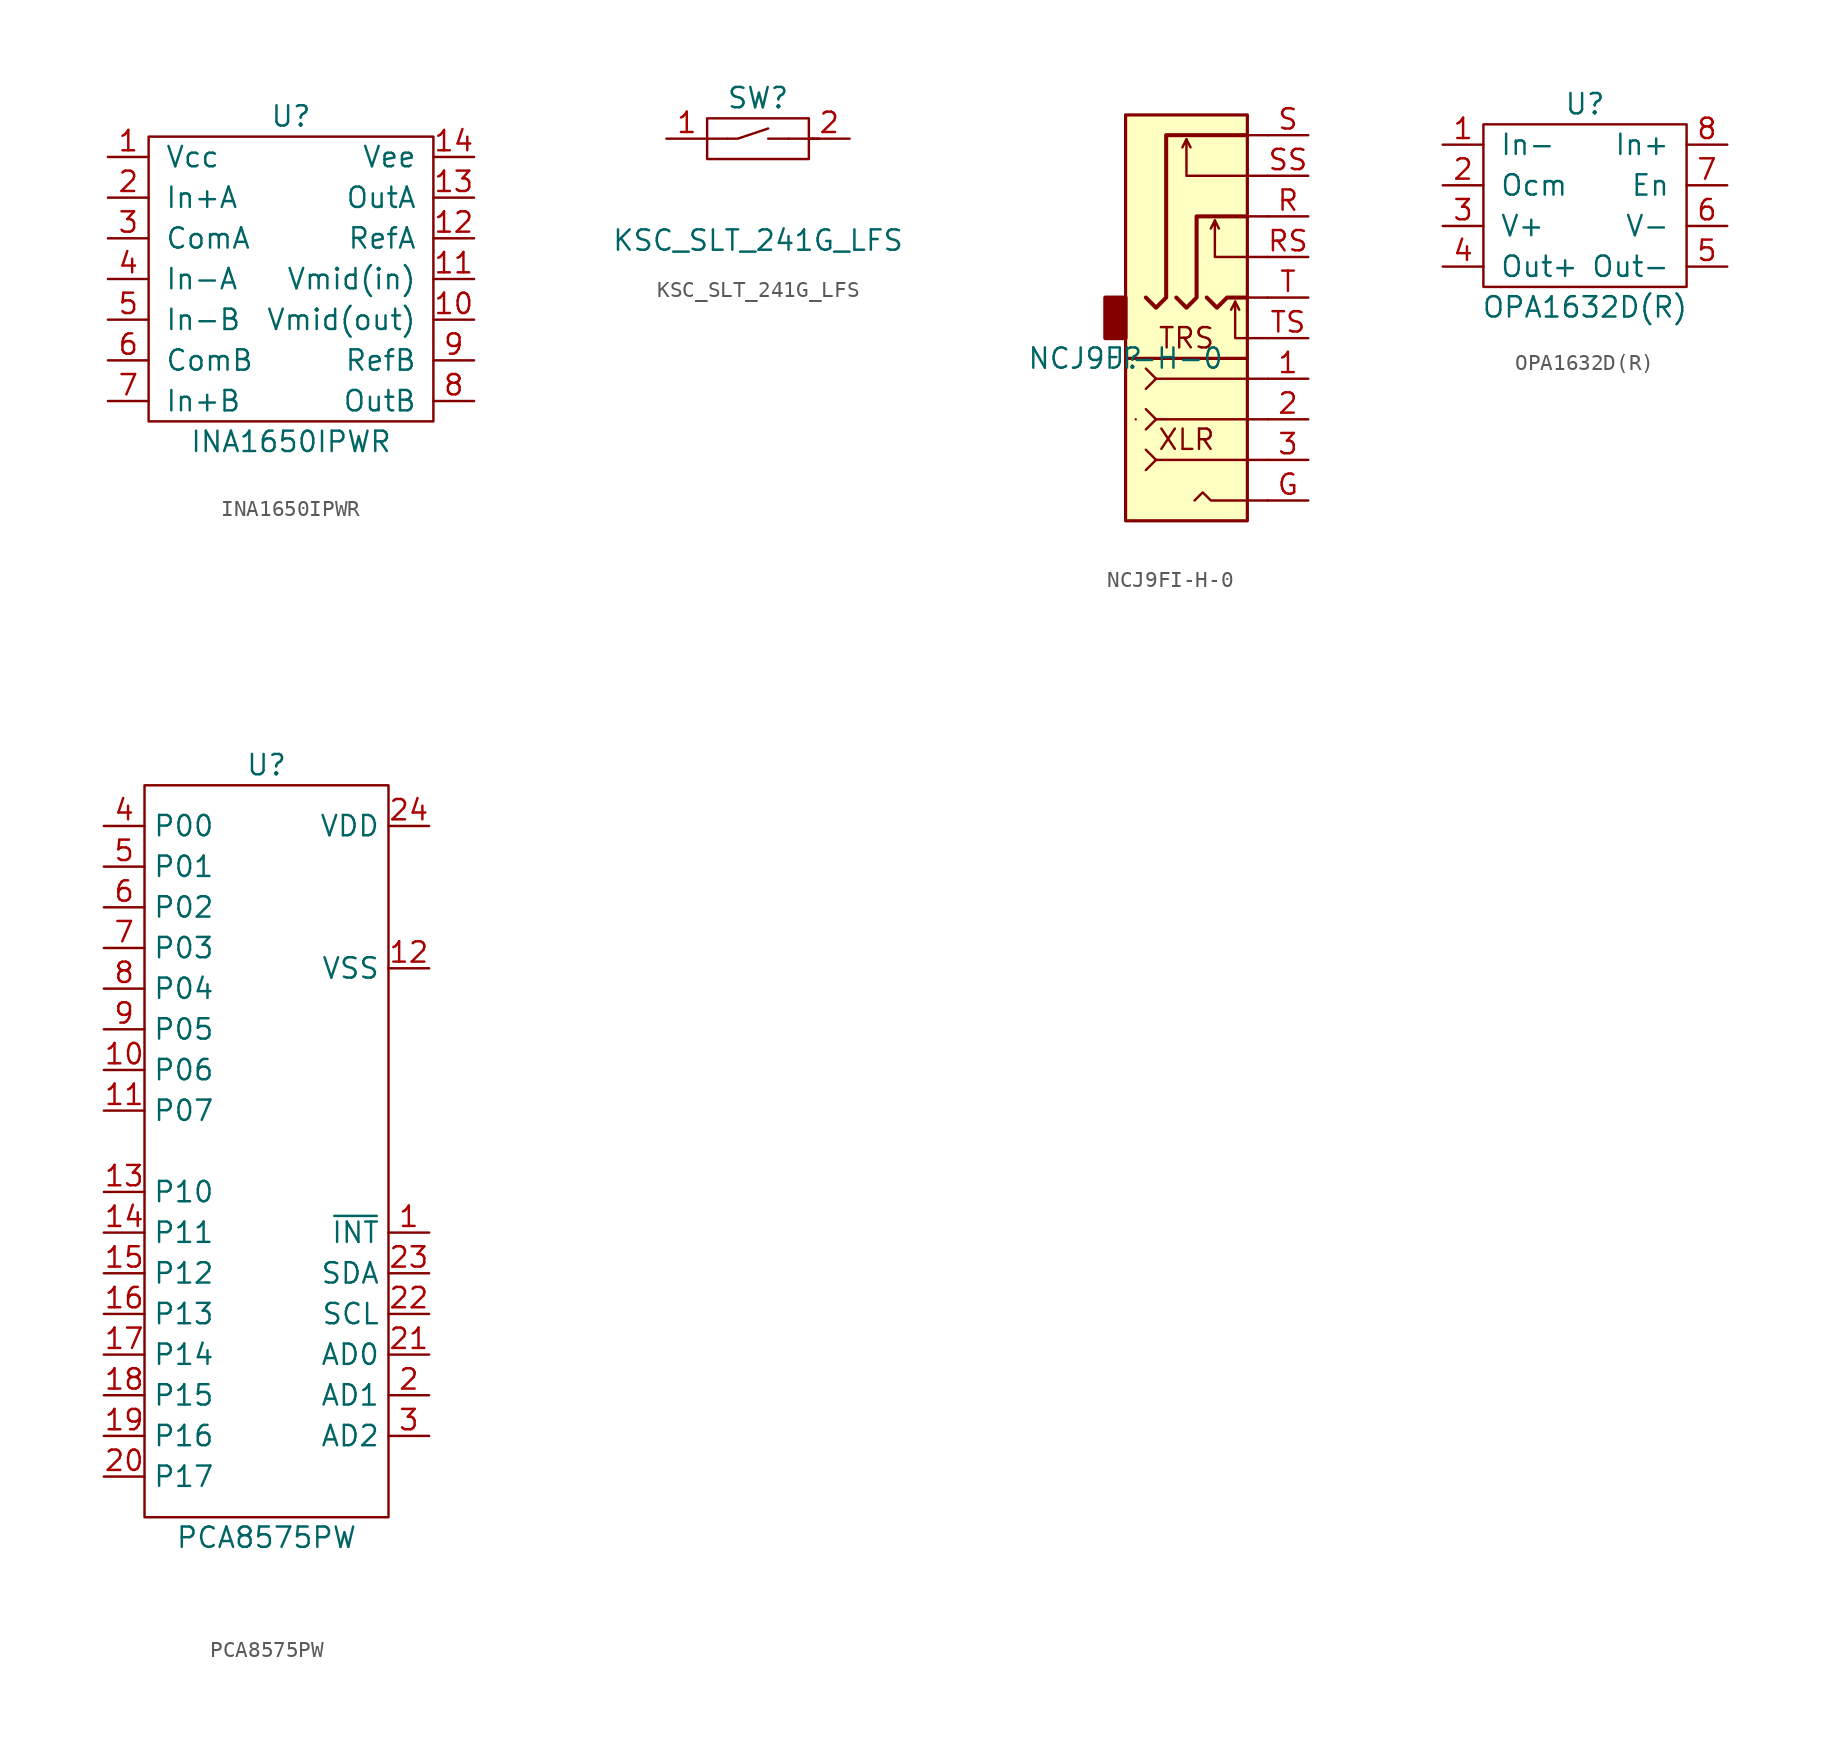
<source format=kicad_sym>
(kicad_symbol_lib
  (version 20220914)
  (generator kicad_symbol_editor)
  (symbol "INA1650IPWR"
    (pin_names
      (offset 1.016))
    (property "Reference" "U"
      (at 0 10.16 0)
      (effects (font (size 1.27 1.27))))
    (property "Value" "INA1650IPWR"
      (at 0 -10.16 0)
      (effects (font (size 1.27 1.27))))
    (symbol "INA1650IPWR_0_1"
      (rectangle (start -8.89 8.89) (end 8.89 -8.89) (stroke (width 0) (type default)) (fill (type none))))
    (symbol "INA1650IPWR_1_1"
      (pin power_in line (at -11.43 7.62 0) (length 2.54) (name "Vcc" (effects (font (size 1.27 1.27)))) (number "1" (effects (font (size 1.27 1.27)))))
      (pin passive line (at 11.43 -2.54 180) (length 2.54) (name "Vmid(out)" (effects (font (size 1.27 1.27)))) (number "10" (effects (font (size 1.27 1.27)))))
      (pin passive line (at 11.43 0 180) (length 2.54) (name "Vmid(in)" (effects (font (size 1.27 1.27)))) (number "11" (effects (font (size 1.27 1.27)))))
      (pin passive line (at 11.43 2.54 180) (length 2.54) (name "RefA" (effects (font (size 1.27 1.27)))) (number "12" (effects (font (size 1.27 1.27)))))
      (pin passive line (at 11.43 5.08 180) (length 2.54) (name "OutA" (effects (font (size 1.27 1.27)))) (number "13" (effects (font (size 1.27 1.27)))))
      (pin power_in line (at 11.43 7.62 180) (length 2.54) (name "Vee" (effects (font (size 1.27 1.27)))) (number "14" (effects (font (size 1.27 1.27)))))
      (pin passive line (at -11.43 5.08 0) (length 2.54) (name "In+A" (effects (font (size 1.27 1.27)))) (number "2" (effects (font (size 1.27 1.27)))))
      (pin passive line (at -11.43 2.54 0) (length 2.54) (name "ComA" (effects (font (size 1.27 1.27)))) (number "3" (effects (font (size 1.27 1.27)))))
      (pin passive line (at -11.43 0 0) (length 2.54) (name "In-A" (effects (font (size 1.27 1.27)))) (number "4" (effects (font (size 1.27 1.27)))))
      (pin passive line (at -11.43 -2.54 0) (length 2.54) (name "In-B" (effects (font (size 1.27 1.27)))) (number "5" (effects (font (size 1.27 1.27)))))
      (pin passive line (at -11.43 -5.08 0) (length 2.54) (name "ComB" (effects (font (size 1.27 1.27)))) (number "6" (effects (font (size 1.27 1.27)))))
      (pin passive line (at -11.43 -7.62 0) (length 2.54) (name "In+B" (effects (font (size 1.27 1.27)))) (number "7" (effects (font (size 1.27 1.27)))))
      (pin passive line (at 11.43 -7.62 180) (length 2.54) (name "OutB" (effects (font (size 1.27 1.27)))) (number "8" (effects (font (size 1.27 1.27)))))
      (pin passive line (at 11.43 -5.08 180) (length 2.54) (name "RefB" (effects (font (size 1.27 1.27)))) (number "9" (effects (font (size 1.27 1.27)))))))
  (symbol "KSC_SLT_241G_LFS"
    (property "Reference" "SW"
      (at 5.715 2.54 0)
      (effects (font (size 1.27 1.27))))
    (property "Value" "KSC_SLT_241G_LFS"
      (at 5.715 -6.35 0)
      (effects (font (size 1.27 1.27))))
    (symbol "KSC_SLT_241G_LFS_0_1"
      (polyline (pts (xy 2.54 0) (xy 3.81 0)) (stroke (width 0) (type default)) (fill (type none)))
      (polyline (pts (xy 6.35 0) (xy 7.62 0)) (stroke (width 0) (type default)) (fill (type none)))
      (polyline (pts (xy 7.62 0) (xy 9.525 0)) (stroke (width 0) (type default)) (fill (type none)))
      (polyline (pts (xy 3.81 0) (xy 4.445 0) (xy 6.35 0.635)) (stroke (width 0) (type default)) (fill (type none)))
      (rectangle (start 2.54 1.27) (end 8.89 -1.27) (stroke (width 0) (type default)) (fill (type none))))
    (symbol "KSC_SLT_241G_LFS_1_1"
      (pin passive line (at 0 0 0) (length 2.54) (name "" (effects (font (size 1.27 1.27)))) (number "1" (effects (font (size 1.27 1.27)))))
      (pin passive line (at 11.43 0 180) (length 2.54) (name "" (effects (font (size 1.27 1.27)))) (number "2" (effects (font (size 1.27 1.27)))))))
  (symbol "NCJ9FI-H-0"
    (property "Reference" "J"
      (at 0 0 0)
      (effects (font (size 1.27 1.27))))
    (property "Value" "NCJ9FI-H-0"
      (at 0 0 0)
      (effects (font (size 1.27 1.27))))
    (symbol "NCJ9FI-H-0_0_1"
      (polyline (pts (xy 3.81 13.716) (xy 4.064 13.208)) (stroke (width 0) (type default)) (fill (type none)))
      (polyline (pts (xy 5.588 8.636) (xy 5.842 8.128)) (stroke (width 0) (type default)) (fill (type none)))
      (polyline (pts (xy 6.858 3.556) (xy 7.112 3.048)) (stroke (width 0) (type default)) (fill (type none)))
      (polyline (pts (xy 7.62 8.89) (xy 8.89 8.89)) (stroke (width 0) (type default)) (fill (type none)))
      (polyline (pts (xy 8.89 3.81) (xy 7.62 3.81)) (stroke (width 0) (type default)) (fill (type none)))
      (polyline (pts (xy 8.89 13.97) (xy 7.62 13.97)) (stroke (width 0) (type default)) (fill (type none)))
      (polyline (pts (xy 5.08 3.81) (xy 5.715 3.175) (xy 6.35 3.81) (xy 7.62 3.81)) (stroke (width 0.254) (type default)) (fill (type none)))
      (polyline (pts (xy 8.89 1.27) (xy 6.858 1.27) (xy 6.858 3.556) (xy 6.604 3.048)) (stroke (width 0) (type default)) (fill (type none)))
      (polyline (pts (xy 8.89 6.35) (xy 5.588 6.35) (xy 5.588 8.636) (xy 5.334 8.128)) (stroke (width 0) (type default)) (fill (type none)))
      (polyline (pts (xy 8.89 11.43) (xy 3.81 11.43) (xy 3.81 13.716) (xy 3.556 13.208)) (stroke (width 0) (type default)) (fill (type none)))
      (polyline (pts (xy 3.175 3.81) (xy 3.81 3.175) (xy 4.445 3.81) (xy 4.445 8.89) (xy 7.62 8.89)) (stroke (width 0.254) (type default)) (fill (type none)))
      (polyline (pts (xy 7.62 13.97) (xy 2.54 13.97) (xy 2.54 3.81) (xy 1.905 3.175) (xy 1.27 3.81)) (stroke (width 0.254) (type default)) (fill (type none)))
      (rectangle (start 0 3.81) (end -1.27 1.27) (stroke (width 0.254) (type default)) (fill (type outline))))
    (symbol "NCJ9FI-H-0_1_1"
      (polyline (pts (xy 1.27 -6.985) (xy 1.905 -6.35)) (stroke (width 0) (type default)) (fill (type none)))
      (polyline (pts (xy 1.27 -5.715) (xy 1.905 -6.35)) (stroke (width 0) (type default)) (fill (type none)))
      (polyline (pts (xy 1.27 -4.445) (xy 1.905 -3.81)) (stroke (width 0) (type default)) (fill (type none)))
      (polyline (pts (xy 1.27 -3.175) (xy 1.905 -3.81)) (stroke (width 0) (type default)) (fill (type none)))
      (polyline (pts (xy 1.27 -1.905) (xy 1.905 -1.27)) (stroke (width 0) (type default)) (fill (type none)))
      (polyline (pts (xy 1.27 -0.635) (xy 1.905 -1.27)) (stroke (width 0) (type default)) (fill (type none)))
      (polyline (pts (xy 8.89 -6.35) (xy 1.905 -6.35)) (stroke (width 0) (type default)) (fill (type none)))
      (polyline (pts (xy 8.89 -3.81) (xy 1.905 -3.81)) (stroke (width 0) (type default)) (fill (type none)))
      (polyline (pts (xy 8.89 -1.27) (xy 1.905 -1.27)) (stroke (width 0) (type default)) (fill (type none)))
      (polyline (pts (xy 8.89 -8.89) (xy 5.334 -8.89) (xy 4.826 -8.382) (xy 4.318 -8.89)) (stroke (width 0) (type default)) (fill (type none)))
      (rectangle (start 0 0) (end 7.62 -10.16) (stroke (width 0.2) (type default)) (fill (type background)))
      (rectangle (start 0 15.24) (end 7.62 0) (stroke (width 0.2) (type default)) (fill (type background)))
      (rectangle (start 0.635 -3.81) (end 0.635 -3.81) (stroke (width 0) (type default)) (fill (type none)))
      (text "TRS\n" (at 3.81 1.27 0) (effects (font (size 1.27 1.27))))
      (text "XLR" (at 3.81 -5.08 0) (effects (font (size 1.27 1.27))))
      (pin passive line (at 11.43 -1.27 180) (length 2.54) (name "" (effects (font (size 1.27 1.27)))) (number "1" (effects (font (size 1.27 1.27)))))
      (pin passive line (at 11.43 -3.81 180) (length 2.54) (name "" (effects (font (size 1.27 1.27)))) (number "2" (effects (font (size 1.27 1.27)))))
      (pin passive line (at 11.43 -6.35 180) (length 2.54) (name "" (effects (font (size 1.27 1.27)))) (number "3" (effects (font (size 1.27 1.27)))))
      (pin passive line (at 11.43 -8.89 180) (length 2.54) (name "" (effects (font (size 1.27 1.27)))) (number "G" (effects (font (size 1.27 1.27)))))
      (pin passive line (at 11.43 8.89 180) (length 2.54) (name "~" (effects (font (size 1.27 1.27)))) (number "R" (effects (font (size 1.27 1.27)))))
      (pin passive line (at 11.43 6.35 180) (length 2.54) (name "~" (effects (font (size 1.27 1.27)))) (number "RS" (effects (font (size 1.27 1.27)))))
      (pin passive line (at 11.43 13.97 180) (length 2.54) (name "~" (effects (font (size 1.27 1.27)))) (number "S" (effects (font (size 1.27 1.27)))))
      (pin passive line (at 11.43 11.43 180) (length 2.54) (name "~" (effects (font (size 1.27 1.27)))) (number "SS" (effects (font (size 1.27 1.27)))))
      (pin passive line (at 11.43 3.81 180) (length 2.54) (name "~" (effects (font (size 1.27 1.27)))) (number "T" (effects (font (size 1.27 1.27)))))
      (pin passive line (at 11.43 1.27 180) (length 2.54) (name "~" (effects (font (size 1.27 1.27)))) (number "TS" (effects (font (size 1.27 1.27)))))))
  (symbol "OPA1632D(R)"
    (pin_names
      (offset 1.016))
    (property "Reference" "U"
      (at 0 6.35 0)
      (effects (font (size 1.27 1.27))))
    (property "Value" "OPA1632D(R)"
      (at 0 -6.35 0)
      (effects (font (size 1.27 1.27))))
    (symbol "OPA1632D(R)_0_1"
      (rectangle (start -6.35 5.08) (end 6.35 -5.08) (stroke (width 0) (type default)) (fill (type none))))
    (symbol "OPA1632D(R)_1_1"
      (pin passive line (at -8.89 3.81 0) (length 2.54) (name "In-" (effects (font (size 1.27 1.27)))) (number "1" (effects (font (size 1.27 1.27)))))
      (pin passive line (at -8.89 1.27 0) (length 2.54) (name "Ocm" (effects (font (size 1.27 1.27)))) (number "2" (effects (font (size 1.27 1.27)))))
      (pin power_in line (at -8.89 -1.27 0) (length 2.54) (name "V+" (effects (font (size 1.27 1.27)))) (number "3" (effects (font (size 1.27 1.27)))))
      (pin passive line (at -8.89 -3.81 0) (length 2.54) (name "Out+" (effects (font (size 1.27 1.27)))) (number "4" (effects (font (size 1.27 1.27)))))
      (pin passive line (at 8.89 -3.81 180) (length 2.54) (name "Out-" (effects (font (size 1.27 1.27)))) (number "5" (effects (font (size 1.27 1.27)))))
      (pin power_in line (at 8.89 -1.27 180) (length 2.54) (name "V-" (effects (font (size 1.27 1.27)))) (number "6" (effects (font (size 1.27 1.27)))))
      (pin passive line (at 8.89 1.27 180) (length 2.54) (name "En" (effects (font (size 1.27 1.27)))) (number "7" (effects (font (size 1.27 1.27)))))
      (pin passive line (at 8.89 3.81 180) (length 2.54) (name "In+" (effects (font (size 1.27 1.27)))) (number "8" (effects (font (size 1.27 1.27)))))))
  (symbol "PCA8575PW"
    (property "Reference" "U"
      (at 7.62 1.27 0)
      (effects (font (size 1.27 1.27))))
    (property "Value" "PCA8575PW"
      (at 7.62 -46.99 0)
      (effects (font (size 1.27 1.27))))
    (symbol "PCA8575PW_0_0"
      (pin passive line (at 17.78 -27.94 180) (length 2.54) (name "~{INT}" (effects (font (size 1.27 1.27)))) (number "1" (effects (font (size 1.27 1.27)))))
      (pin passive line (at -2.54 -17.78 0) (length 2.54) (name "P06" (effects (font (size 1.27 1.27)))) (number "10" (effects (font (size 1.27 1.27)))))
      (pin passive line (at -2.54 -20.32 0) (length 2.54) (name "P07" (effects (font (size 1.27 1.27)))) (number "11" (effects (font (size 1.27 1.27)))))
      (pin power_in line (at 17.78 -11.43 180) (length 2.54) (name "VSS" (effects (font (size 1.27 1.27)))) (number "12" (effects (font (size 1.27 1.27)))))
      (pin passive line (at -2.54 -25.4 0) (length 2.54) (name "P10" (effects (font (size 1.27 1.27)))) (number "13" (effects (font (size 1.27 1.27)))))
      (pin passive line (at -2.54 -27.94 0) (length 2.54) (name "P11" (effects (font (size 1.27 1.27)))) (number "14" (effects (font (size 1.27 1.27)))))
      (pin passive line (at -2.54 -30.48 0) (length 2.54) (name "P12" (effects (font (size 1.27 1.27)))) (number "15" (effects (font (size 1.27 1.27)))))
      (pin passive line (at -2.54 -33.02 0) (length 2.54) (name "P13" (effects (font (size 1.27 1.27)))) (number "16" (effects (font (size 1.27 1.27)))))
      (pin passive line (at -2.54 -35.56 0) (length 2.54) (name "P14" (effects (font (size 1.27 1.27)))) (number "17" (effects (font (size 1.27 1.27)))))
      (pin passive line (at -2.54 -38.1 0) (length 2.54) (name "P15" (effects (font (size 1.27 1.27)))) (number "18" (effects (font (size 1.27 1.27)))))
      (pin passive line (at -2.54 -40.64 0) (length 2.54) (name "P16" (effects (font (size 1.27 1.27)))) (number "19" (effects (font (size 1.27 1.27)))))
      (pin passive line (at 17.78 -38.1 180) (length 2.54) (name "AD1" (effects (font (size 1.27 1.27)))) (number "2" (effects (font (size 1.27 1.27)))))
      (pin passive line (at -2.54 -43.18 0) (length 2.54) (name "P17" (effects (font (size 1.27 1.27)))) (number "20" (effects (font (size 1.27 1.27)))))
      (pin passive line (at 17.78 -35.56 180) (length 2.54) (name "AD0" (effects (font (size 1.27 1.27)))) (number "21" (effects (font (size 1.27 1.27)))))
      (pin passive line (at 17.78 -33.02 180) (length 2.54) (name "SCL" (effects (font (size 1.27 1.27)))) (number "22" (effects (font (size 1.27 1.27)))))
      (pin passive line (at 17.78 -30.48 180) (length 2.54) (name "SDA" (effects (font (size 1.27 1.27)))) (number "23" (effects (font (size 1.27 1.27)))))
      (pin power_in line (at 17.78 -2.54 180) (length 2.54) (name "VDD" (effects (font (size 1.27 1.27)))) (number "24" (effects (font (size 1.27 1.27)))))
      (pin passive line (at 17.78 -40.64 180) (length 2.54) (name "AD2" (effects (font (size 1.27 1.27)))) (number "3" (effects (font (size 1.27 1.27)))))
      (pin passive line (at -2.54 -2.54 0) (length 2.54) (name "P00" (effects (font (size 1.27 1.27)))) (number "4" (effects (font (size 1.27 1.27)))))
      (pin passive line (at -2.54 -5.08 0) (length 2.54) (name "P01" (effects (font (size 1.27 1.27)))) (number "5" (effects (font (size 1.27 1.27)))))
      (pin passive line (at -2.54 -7.62 0) (length 2.54) (name "P02" (effects (font (size 1.27 1.27)))) (number "6" (effects (font (size 1.27 1.27)))))
      (pin passive line (at -2.54 -10.16 0) (length 2.54) (name "P03" (effects (font (size 1.27 1.27)))) (number "7" (effects (font (size 1.27 1.27)))))
      (pin passive line (at -2.54 -12.7 0) (length 2.54) (name "P04" (effects (font (size 1.27 1.27)))) (number "8" (effects (font (size 1.27 1.27)))))
      (pin passive line (at -2.54 -15.24 0) (length 2.54) (name "P05" (effects (font (size 1.27 1.27)))) (number "9" (effects (font (size 1.27 1.27))))))
    (symbol "PCA8575PW_0_1"
      (rectangle (start 0 0) (end 15.24 -45.72) (stroke (width 0) (type default)) (fill (type none))))))
</source>
